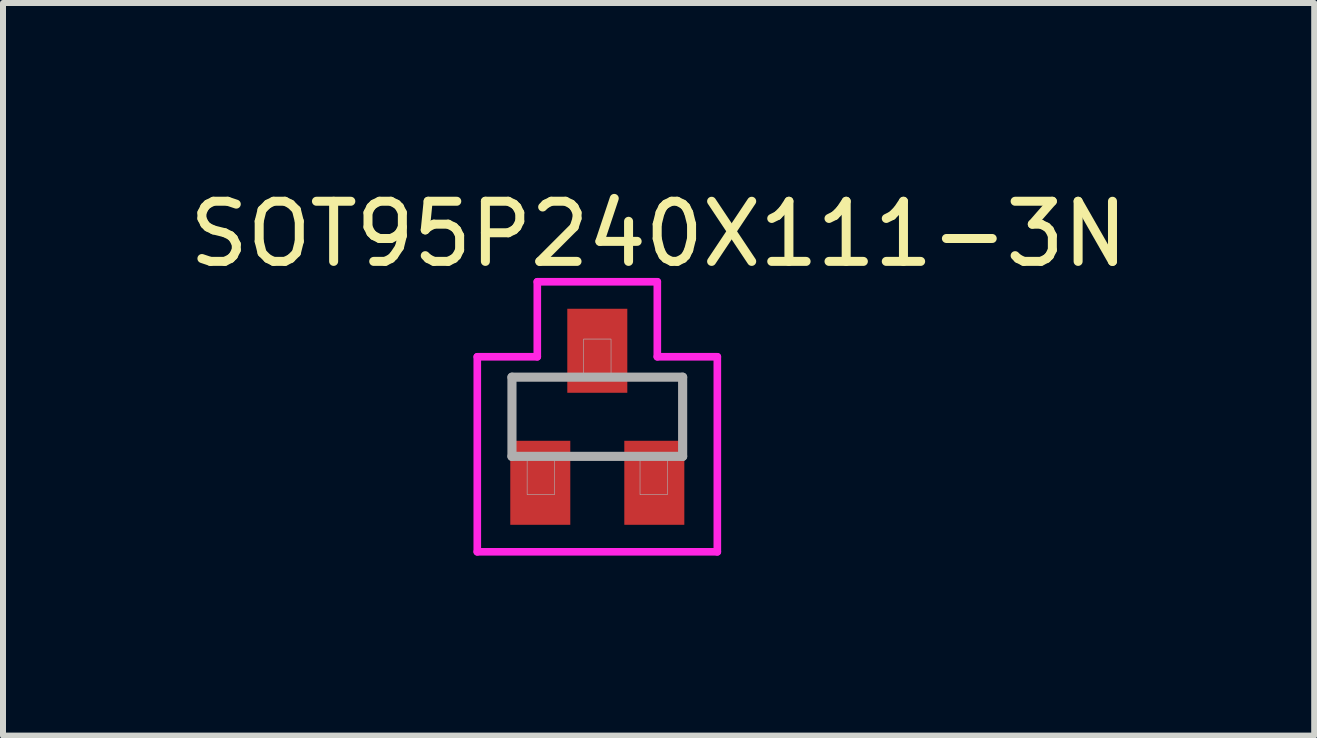
<source format=kicad_pcb>
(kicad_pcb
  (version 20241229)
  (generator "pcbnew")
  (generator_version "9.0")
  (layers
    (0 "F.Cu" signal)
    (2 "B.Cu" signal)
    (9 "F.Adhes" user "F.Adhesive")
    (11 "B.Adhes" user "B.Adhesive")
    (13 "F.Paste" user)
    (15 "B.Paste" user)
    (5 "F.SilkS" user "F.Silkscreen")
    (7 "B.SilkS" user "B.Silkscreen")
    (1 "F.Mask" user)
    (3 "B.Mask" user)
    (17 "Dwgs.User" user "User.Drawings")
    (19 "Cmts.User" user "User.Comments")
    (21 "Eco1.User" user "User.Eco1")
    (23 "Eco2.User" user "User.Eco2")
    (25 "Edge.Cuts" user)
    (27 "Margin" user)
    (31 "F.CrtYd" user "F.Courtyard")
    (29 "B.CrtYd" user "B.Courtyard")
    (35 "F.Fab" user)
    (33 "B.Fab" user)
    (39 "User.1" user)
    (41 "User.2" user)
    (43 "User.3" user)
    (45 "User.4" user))
  (footprint "SOT95P240X111-3N"
    (layer "F.Cu")
    (at 6.903 3.895)
    (property "Reference" "SOT95P240X111-3N" (at 1.022 -3.045 0) (layer "F.SilkS") (effects (font (size 1.002 1.002) (thickness 0.15))))
    (attr through_hole)
    (fp_line (start -2 -1) (end -1 -1) (stroke (width 0.127) (type solid)) (layer "F.CrtYd"))
    (fp_line (start -2 2.25) (end -2 -1) (stroke (width 0.127) (type solid)) (layer "F.CrtYd"))
    (fp_line (start -1 -2.25) (end 1 -2.25) (stroke (width 0.127) (type solid)) (layer "F.CrtYd"))
    (fp_line (start -1 -1) (end -1 -2.25) (stroke (width 0.127) (type solid)) (layer "F.CrtYd"))
    (fp_line (start 1 -2.25) (end 1 -1) (stroke (width 0.127) (type solid)) (layer "F.CrtYd"))
    (fp_line (start 1 -1) (end 2 -1) (stroke (width 0.127) (type solid)) (layer "F.CrtYd"))
    (fp_line (start 2 -1) (end 2 2.25) (stroke (width 0.127) (type solid)) (layer "F.CrtYd"))
    (fp_line (start 2 2.25) (end -2 2.25) (stroke (width 0.127) (type solid)) (layer "F.CrtYd"))
    (fp_line (start -1.422 -0.66) (end 1.422 -0.66) (stroke (width 0.152) (type solid)) (layer "F.Fab"))
    (fp_line (start -1.422 0.66) (end -1.422 -0.66) (stroke (width 0.152) (type solid)) (layer "F.Fab"))
    (fp_line (start 1.422 -0.66) (end 1.422 0.66) (stroke (width 0.152) (type solid)) (layer "F.Fab"))
    (fp_line (start 1.422 0.66) (end -1.422 0.66) (stroke (width 0.152) (type solid)) (layer "F.Fab"))
    (fp_poly (pts (xy -1.169 0.711) (xy -0.711 0.711) (xy -0.711 1.296) (xy -1.169 1.296)) (stroke (width 0.01) (type solid)) (fill no) (layer "F.Fab"))
    (fp_poly (pts (xy -0.229 -1.295) (xy 0.229 -1.295) (xy 0.229 -0.712) (xy -0.229 -0.712)) (stroke (width 0.01) (type solid)) (fill no) (layer "F.Fab"))
    (fp_poly (pts (xy 0.712 0.711) (xy 1.168 0.711) (xy 1.168 1.298) (xy 0.712 1.298)) (stroke (width 0.01) (type solid)) (fill no) (layer "F.Fab"))
    (pad "1" smd rect (at -0.95 1.1) (size 1 1.4) (layers "F.Cu" "F.Mask" "F.Paste"))
    (pad "2" smd rect (at 0.95 1.1) (size 1 1.4) (layers "F.Cu" "F.Mask" "F.Paste"))
    (pad "3" smd rect (at 0 -1.1) (size 1 1.4) (layers "F.Cu" "F.Mask" "F.Paste")))
  (gr_rect
    (start -3 -3)
    (end 18.849 9.208)
    (stroke (width 0.1) (type default))
    (fill no)
    (layer "Edge.Cuts")))
</source>
